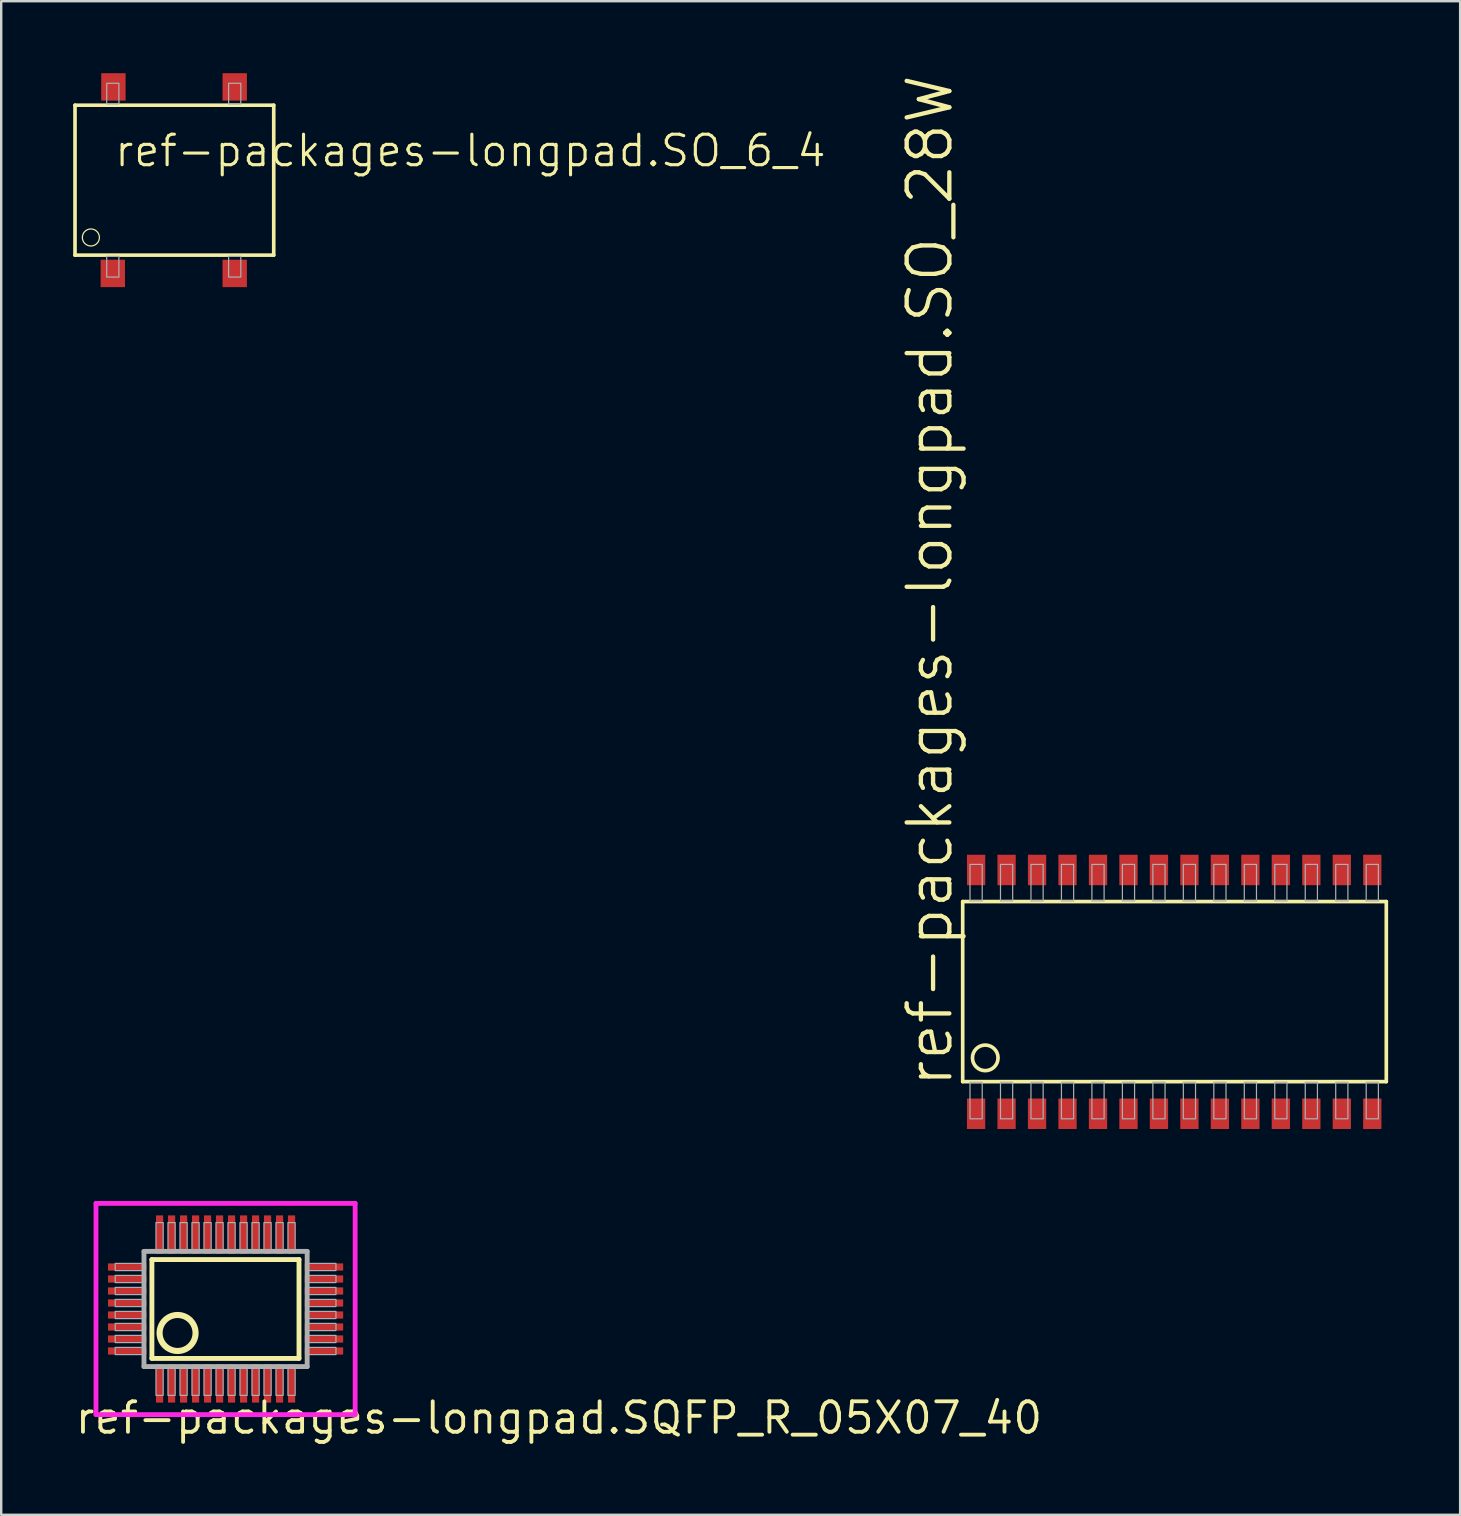
<source format=kicad_pcb>
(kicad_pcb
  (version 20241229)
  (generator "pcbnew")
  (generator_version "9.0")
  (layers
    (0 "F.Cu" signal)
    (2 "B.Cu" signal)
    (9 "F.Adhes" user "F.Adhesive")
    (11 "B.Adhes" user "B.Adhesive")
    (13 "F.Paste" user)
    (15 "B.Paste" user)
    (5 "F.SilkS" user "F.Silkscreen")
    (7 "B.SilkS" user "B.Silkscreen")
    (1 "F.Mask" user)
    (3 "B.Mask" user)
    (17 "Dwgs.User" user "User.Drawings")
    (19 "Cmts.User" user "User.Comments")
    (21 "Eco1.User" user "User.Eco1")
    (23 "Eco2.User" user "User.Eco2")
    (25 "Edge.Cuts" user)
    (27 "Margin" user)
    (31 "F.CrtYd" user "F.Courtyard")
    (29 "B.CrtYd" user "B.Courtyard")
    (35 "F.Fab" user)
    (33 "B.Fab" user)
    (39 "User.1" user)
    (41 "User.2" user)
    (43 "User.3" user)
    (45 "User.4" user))
  (footprint "ref-packages-longpad.SO_28W"
    (layer "F.Cu")
    (at 45.882 38.284)
    (property "Reference" "ref-packages-longpad.SO_28W" (at -9.144 4.064 90) (layer "F.SilkS") (effects (font (size 1.778 1.778) (thickness 0.18)) (justify left bottom)))
    (attr smd)
    (fp_line (start -8.814 -3.763) (end -8.814 3.74) (stroke (width 0.152) (type default)) (layer "F.SilkS"))
    (fp_line (start -8.814 3.74) (end 8.839 3.74) (stroke (width 0.152) (type default)) (layer "F.SilkS"))
    (fp_line (start 8.839 -3.763) (end -8.814 -3.763) (stroke (width 0.152) (type default)) (layer "F.SilkS"))
    (fp_line (start 8.839 3.74) (end 8.839 -3.763) (stroke (width 0.152) (type default)) (layer "F.SilkS"))
    (fp_circle (center -7.874 2.75) (end -7.341 2.75) (stroke (width 0.152) (type default)) (fill no) (layer "F.SilkS"))
    (fp_rect (start -8.509 -3.789) (end -8.001 -5.313) (stroke (width 0.05) (type default)) (fill no) (layer "F.Fab"))
    (fp_rect (start -8.509 5.29) (end -8.001 3.766) (stroke (width 0.05) (type default)) (fill no) (layer "F.Fab"))
    (fp_rect (start -7.239 -3.789) (end -6.731 -5.313) (stroke (width 0.05) (type default)) (fill no) (layer "F.Fab"))
    (fp_rect (start -7.239 5.29) (end -6.731 3.766) (stroke (width 0.05) (type default)) (fill no) (layer "F.Fab"))
    (fp_rect (start -5.969 -3.789) (end -5.461 -5.313) (stroke (width 0.05) (type default)) (fill no) (layer "F.Fab"))
    (fp_rect (start -5.969 5.29) (end -5.461 3.766) (stroke (width 0.05) (type default)) (fill no) (layer "F.Fab"))
    (fp_rect (start -4.699 -3.789) (end -4.191 -5.313) (stroke (width 0.05) (type default)) (fill no) (layer "F.Fab"))
    (fp_rect (start -4.699 5.29) (end -4.191 3.766) (stroke (width 0.05) (type default)) (fill no) (layer "F.Fab"))
    (fp_rect (start -3.429 -3.789) (end -2.921 -5.313) (stroke (width 0.05) (type default)) (fill no) (layer "F.Fab"))
    (fp_rect (start -3.429 5.29) (end -2.921 3.766) (stroke (width 0.05) (type default)) (fill no) (layer "F.Fab"))
    (fp_rect (start -2.159 -3.789) (end -1.651 -5.313) (stroke (width 0.05) (type default)) (fill no) (layer "F.Fab"))
    (fp_rect (start -2.159 5.29) (end -1.651 3.766) (stroke (width 0.05) (type default)) (fill no) (layer "F.Fab"))
    (fp_rect (start -0.889 -3.789) (end -0.381 -5.313) (stroke (width 0.05) (type default)) (fill no) (layer "F.Fab"))
    (fp_rect (start -0.889 5.29) (end -0.381 3.766) (stroke (width 0.05) (type default)) (fill no) (layer "F.Fab"))
    (fp_rect (start 0.381 -3.789) (end 0.889 -5.313) (stroke (width 0.05) (type default)) (fill no) (layer "F.Fab"))
    (fp_rect (start 0.381 5.29) (end 0.889 3.766) (stroke (width 0.05) (type default)) (fill no) (layer "F.Fab"))
    (fp_rect (start 1.651 -3.789) (end 2.159 -5.313) (stroke (width 0.05) (type default)) (fill no) (layer "F.Fab"))
    (fp_rect (start 1.651 5.29) (end 2.159 3.766) (stroke (width 0.05) (type default)) (fill no) (layer "F.Fab"))
    (fp_rect (start 2.921 -3.789) (end 3.429 -5.313) (stroke (width 0.05) (type default)) (fill no) (layer "F.Fab"))
    (fp_rect (start 2.921 5.29) (end 3.429 3.766) (stroke (width 0.05) (type default)) (fill no) (layer "F.Fab"))
    (fp_rect (start 4.191 -3.789) (end 4.699 -5.313) (stroke (width 0.05) (type default)) (fill no) (layer "F.Fab"))
    (fp_rect (start 4.191 5.29) (end 4.699 3.766) (stroke (width 0.05) (type default)) (fill no) (layer "F.Fab"))
    (fp_rect (start 5.461 -3.789) (end 5.969 -5.313) (stroke (width 0.05) (type default)) (fill no) (layer "F.Fab"))
    (fp_rect (start 5.461 5.29) (end 5.969 3.766) (stroke (width 0.05) (type default)) (fill no) (layer "F.Fab"))
    (fp_rect (start 6.731 -3.789) (end 7.239 -5.313) (stroke (width 0.05) (type default)) (fill no) (layer "F.Fab"))
    (fp_rect (start 6.731 5.29) (end 7.239 3.766) (stroke (width 0.05) (type default)) (fill no) (layer "F.Fab"))
    (fp_rect (start 8.001 -3.789) (end 8.509 -5.313) (stroke (width 0.05) (type default)) (fill no) (layer "F.Fab"))
    (fp_rect (start 8.001 5.29) (end 8.509 3.766) (stroke (width 0.05) (type default)) (fill no) (layer "F.Fab"))
    (pad "1" smd roundrect (at -8.255 5.08) (size 0.762 1.27) (layers "F.Cu" "F.Mask" "F.Paste") (roundrect_rratio 0.01))
    (pad "2" smd roundrect (at -6.985 5.08) (size 0.762 1.27) (layers "F.Cu" "F.Mask" "F.Paste") (roundrect_rratio 0.01))
    (pad "3" smd roundrect (at -5.715 5.08) (size 0.762 1.27) (layers "F.Cu" "F.Mask" "F.Paste") (roundrect_rratio 0.01))
    (pad "4" smd roundrect (at -4.445 5.08) (size 0.762 1.27) (layers "F.Cu" "F.Mask" "F.Paste") (roundrect_rratio 0.01))
    (pad "5" smd roundrect (at -3.175 5.08) (size 0.762 1.27) (layers "F.Cu" "F.Mask" "F.Paste") (roundrect_rratio 0.01))
    (pad "6" smd roundrect (at -1.905 5.08) (size 0.762 1.27) (layers "F.Cu" "F.Mask" "F.Paste") (roundrect_rratio 0.01))
    (pad "7" smd roundrect (at -0.635 5.08) (size 0.762 1.27) (layers "F.Cu" "F.Mask" "F.Paste") (roundrect_rratio 0.01))
    (pad "8" smd roundrect (at 0.635 5.08) (size 0.762 1.27) (layers "F.Cu" "F.Mask" "F.Paste") (roundrect_rratio 0.01))
    (pad "9" smd roundrect (at 1.905 5.08) (size 0.762 1.27) (layers "F.Cu" "F.Mask" "F.Paste") (roundrect_rratio 0.01))
    (pad "10" smd roundrect (at 3.175 5.08) (size 0.762 1.27) (layers "F.Cu" "F.Mask" "F.Paste") (roundrect_rratio 0.01))
    (pad "11" smd roundrect (at 4.445 5.08) (size 0.762 1.27) (layers "F.Cu" "F.Mask" "F.Paste") (roundrect_rratio 0.01))
    (pad "12" smd roundrect (at 5.715 5.08) (size 0.762 1.27) (layers "F.Cu" "F.Mask" "F.Paste") (roundrect_rratio 0.01))
    (pad "13" smd roundrect (at 6.985 5.08) (size 0.762 1.27) (layers "F.Cu" "F.Mask" "F.Paste") (roundrect_rratio 0.01))
    (pad "14" smd roundrect (at 8.255 5.08) (size 0.762 1.27) (layers "F.Cu" "F.Mask" "F.Paste") (roundrect_rratio 0.01))
    (pad "15" smd roundrect (at 8.255 -5.08) (size 0.762 1.27) (layers "F.Cu" "F.Mask" "F.Paste") (roundrect_rratio 0.01))
    (pad "16" smd roundrect (at 6.985 -5.08) (size 0.762 1.27) (layers "F.Cu" "F.Mask" "F.Paste") (roundrect_rratio 0.01))
    (pad "17" smd roundrect (at 5.715 -5.08) (size 0.762 1.27) (layers "F.Cu" "F.Mask" "F.Paste") (roundrect_rratio 0.01))
    (pad "18" smd roundrect (at 4.445 -5.08) (size 0.762 1.27) (layers "F.Cu" "F.Mask" "F.Paste") (roundrect_rratio 0.01))
    (pad "19" smd roundrect (at 3.175 -5.08) (size 0.762 1.27) (layers "F.Cu" "F.Mask" "F.Paste") (roundrect_rratio 0.01))
    (pad "20" smd roundrect (at 1.905 -5.08) (size 0.762 1.27) (layers "F.Cu" "F.Mask" "F.Paste") (roundrect_rratio 0.01))
    (pad "21" smd roundrect (at 0.635 -5.08) (size 0.762 1.27) (layers "F.Cu" "F.Mask" "F.Paste") (roundrect_rratio 0.01))
    (pad "22" smd roundrect (at -0.635 -5.08) (size 0.762 1.27) (layers "F.Cu" "F.Mask" "F.Paste") (roundrect_rratio 0.01))
    (pad "23" smd roundrect (at -1.905 -5.08) (size 0.762 1.27) (layers "F.Cu" "F.Mask" "F.Paste") (roundrect_rratio 0.01))
    (pad "24" smd roundrect (at -3.175 -5.08) (size 0.762 1.27) (layers "F.Cu" "F.Mask" "F.Paste") (roundrect_rratio 0.01))
    (pad "25" smd roundrect (at -4.445 -5.08) (size 0.762 1.27) (layers "F.Cu" "F.Mask" "F.Paste") (roundrect_rratio 0.01))
    (pad "26" smd roundrect (at -5.715 -5.08) (size 0.762 1.27) (layers "F.Cu" "F.Mask" "F.Paste") (roundrect_rratio 0.01))
    (pad "27" smd roundrect (at -6.985 -5.08) (size 0.762 1.27) (layers "F.Cu" "F.Mask" "F.Paste") (roundrect_rratio 0.01))
    (pad "28" smd roundrect (at -8.255 -5.08) (size 0.762 1.27) (layers "F.Cu" "F.Mask" "F.Paste") (roundrect_rratio 0.01)))
  (footprint "ref-packages-longpad.SO_6_4"
    (layer "F.Cu")
    (at 4.191 4.458)
    (property "Reference" "ref-packages-longpad.SO_6_4" (at -2.54 -0.483 0) (layer "F.SilkS") (effects (font (size 1.27 1.27) (thickness 0.13)) (justify left bottom)))
    (attr smd)
    (fp_line (start -4.115 -3.124) (end -4.115 3.124) (stroke (width 0.152) (type default)) (layer "F.SilkS"))
    (fp_line (start -4.115 3.124) (end 4.166 3.124) (stroke (width 0.152) (type default)) (layer "F.SilkS"))
    (fp_line (start 4.166 -3.124) (end -4.115 -3.124) (stroke (width 0.152) (type default)) (layer "F.SilkS"))
    (fp_line (start 4.166 3.124) (end 4.166 -3.124) (stroke (width 0.152) (type default)) (layer "F.SilkS"))
    (fp_circle (center -3.454 2.388) (end -3.099 2.388) (stroke (width 0.051) (type default)) (fill no) (layer "F.SilkS"))
    (fp_rect (start -2.794 -3.175) (end -2.286 -4.039) (stroke (width 0.05) (type default)) (fill no) (layer "F.Fab"))
    (fp_rect (start -2.794 4.039) (end -2.286 3.175) (stroke (width 0.05) (type default)) (fill no) (layer "F.Fab"))
    (fp_rect (start 2.286 -3.175) (end 2.794 -4.039) (stroke (width 0.05) (type default)) (fill no) (layer "F.Fab"))
    (fp_rect (start 2.286 4.039) (end 2.794 3.175) (stroke (width 0.05) (type default)) (fill no) (layer "F.Fab"))
    (pad "1" smd roundrect (at -2.54 3.886) (size 1.016 1.143) (layers "F.Cu" "F.Mask" "F.Paste") (roundrect_rratio 0.01))
    (pad "2" smd roundrect (at 2.54 3.886) (size 1.016 1.143) (layers "F.Cu" "F.Mask" "F.Paste") (roundrect_rratio 0.01))
    (pad "3" smd roundrect (at 2.54 -3.886) (size 1.016 1.143) (layers "F.Cu" "F.Mask" "F.Paste") (roundrect_rratio 0.01))
    (pad "4" smd roundrect (at -2.515 -3.886) (size 1.016 1.143) (layers "F.Cu" "F.Mask" "F.Paste") (roundrect_rratio 0.01)))
  (footprint "ref-packages-longpad.SQFP_R_05X07_40"
    (layer "F.Cu")
    (at 6.35 51.499)
    (property "Reference" "ref-packages-longpad.SQFP_R_05X07_40" (at -6.35 5.28 0) (layer "F.SilkS") (effects (font (size 1.27 1.27) (thickness 0.16)) (justify left bottom)))
    (attr smd)
    (fp_line (start -3.07 -2.06) (end 3.06 -2.06) (stroke (width 0.203) (type default)) (layer "F.SilkS"))
    (fp_line (start -3.07 2.06) (end -3.07 -2.06) (stroke (width 0.203) (type default)) (layer "F.SilkS"))
    (fp_line (start 3.06 -2.06) (end 3.06 2.06) (stroke (width 0.203) (type default)) (layer "F.SilkS"))
    (fp_line (start 3.06 2.06) (end -3.07 2.06) (stroke (width 0.203) (type default)) (layer "F.SilkS"))
    (fp_circle (center -2 1) (end -1.25 1) (stroke (width 0.254) (type default)) (fill no) (layer "F.SilkS"))
    (fp_line (start -5.4 -4.4) (end 5.4 -4.4) (stroke (width 0.2) (type default)) (layer "F.CrtYd"))
    (fp_line (start -5.4 4.4) (end -5.4 -4.4) (stroke (width 0.2) (type default)) (layer "F.CrtYd"))
    (fp_line (start 5.4 -4.4) (end 5.4 4.4) (stroke (width 0.2) (type default)) (layer "F.CrtYd"))
    (fp_line (start 5.4 4.4) (end -5.4 4.4) (stroke (width 0.2) (type default)) (layer "F.CrtYd"))
    (fp_line (start -3.4 -2.4) (end -3.4 2.4) (stroke (width 0.203) (type default)) (layer "F.Fab"))
    (fp_line (start -3.4 2.4) (end 3.4 2.4) (stroke (width 0.203) (type default)) (layer "F.Fab"))
    (fp_line (start 3.4 -2.4) (end -3.4 -2.4) (stroke (width 0.203) (type default)) (layer "F.Fab"))
    (fp_line (start 3.4 2.4) (end 3.4 -2.4) (stroke (width 0.203) (type default)) (layer "F.Fab"))
    (fp_rect (start -4.6 -1.6) (end -3.4 -1.9) (stroke (width 0.05) (type default)) (fill no) (layer "F.Fab"))
    (fp_rect (start -4.6 -1.1) (end -3.4 -1.4) (stroke (width 0.05) (type default)) (fill no) (layer "F.Fab"))
    (fp_rect (start -4.6 -0.6) (end -3.4 -0.9) (stroke (width 0.05) (type default)) (fill no) (layer "F.Fab"))
    (fp_rect (start -4.6 -0.1) (end -3.4 -0.4) (stroke (width 0.05) (type default)) (fill no) (layer "F.Fab"))
    (fp_rect (start -4.6 0.4) (end -3.4 0.1) (stroke (width 0.05) (type default)) (fill no) (layer "F.Fab"))
    (fp_rect (start -4.6 0.9) (end -3.4 0.6) (stroke (width 0.05) (type default)) (fill no) (layer "F.Fab"))
    (fp_rect (start -4.6 1.4) (end -3.4 1.1) (stroke (width 0.05) (type default)) (fill no) (layer "F.Fab"))
    (fp_rect (start -4.6 1.9) (end -3.4 1.6) (stroke (width 0.05) (type default)) (fill no) (layer "F.Fab"))
    (fp_rect (start -2.9 -2.45) (end -2.6 -3.6) (stroke (width 0.05) (type default)) (fill no) (layer "F.Fab"))
    (fp_rect (start -2.9 3.6) (end -2.6 2.45) (stroke (width 0.05) (type default)) (fill no) (layer "F.Fab"))
    (fp_rect (start -2.4 -2.45) (end -2.1 -3.6) (stroke (width 0.05) (type default)) (fill no) (layer "F.Fab"))
    (fp_rect (start -2.4 3.6) (end -2.1 2.45) (stroke (width 0.05) (type default)) (fill no) (layer "F.Fab"))
    (fp_rect (start -1.9 -2.45) (end -1.6 -3.6) (stroke (width 0.05) (type default)) (fill no) (layer "F.Fab"))
    (fp_rect (start -1.9 3.6) (end -1.6 2.45) (stroke (width 0.05) (type default)) (fill no) (layer "F.Fab"))
    (fp_rect (start -1.4 -2.45) (end -1.1 -3.6) (stroke (width 0.05) (type default)) (fill no) (layer "F.Fab"))
    (fp_rect (start -1.4 3.6) (end -1.1 2.45) (stroke (width 0.05) (type default)) (fill no) (layer "F.Fab"))
    (fp_rect (start -0.9 -2.45) (end -0.6 -3.6) (stroke (width 0.05) (type default)) (fill no) (layer "F.Fab"))
    (fp_rect (start -0.9 3.6) (end -0.6 2.45) (stroke (width 0.05) (type default)) (fill no) (layer "F.Fab"))
    (fp_rect (start -0.4 -2.45) (end -0.1 -3.6) (stroke (width 0.05) (type default)) (fill no) (layer "F.Fab"))
    (fp_rect (start -0.4 3.6) (end -0.1 2.45) (stroke (width 0.05) (type default)) (fill no) (layer "F.Fab"))
    (fp_rect (start 0.1 -2.45) (end 0.4 -3.6) (stroke (width 0.05) (type default)) (fill no) (layer "F.Fab"))
    (fp_rect (start 0.1 3.6) (end 0.4 2.45) (stroke (width 0.05) (type default)) (fill no) (layer "F.Fab"))
    (fp_rect (start 0.6 -2.45) (end 0.9 -3.6) (stroke (width 0.05) (type default)) (fill no) (layer "F.Fab"))
    (fp_rect (start 0.6 3.6) (end 0.9 2.45) (stroke (width 0.05) (type default)) (fill no) (layer "F.Fab"))
    (fp_rect (start 1.1 -2.45) (end 1.4 -3.6) (stroke (width 0.05) (type default)) (fill no) (layer "F.Fab"))
    (fp_rect (start 1.1 3.6) (end 1.4 2.45) (stroke (width 0.05) (type default)) (fill no) (layer "F.Fab"))
    (fp_rect (start 1.6 -2.45) (end 1.9 -3.6) (stroke (width 0.05) (type default)) (fill no) (layer "F.Fab"))
    (fp_rect (start 1.6 3.6) (end 1.9 2.45) (stroke (width 0.05) (type default)) (fill no) (layer "F.Fab"))
    (fp_rect (start 2.1 -2.45) (end 2.4 -3.6) (stroke (width 0.05) (type default)) (fill no) (layer "F.Fab"))
    (fp_rect (start 2.1 3.6) (end 2.4 2.45) (stroke (width 0.05) (type default)) (fill no) (layer "F.Fab"))
    (fp_rect (start 2.6 -2.45) (end 2.9 -3.6) (stroke (width 0.05) (type default)) (fill no) (layer "F.Fab"))
    (fp_rect (start 2.6 3.6) (end 2.9 2.45) (stroke (width 0.05) (type default)) (fill no) (layer "F.Fab"))
    (fp_rect (start 3.4 -1.6) (end 4.6 -1.9) (stroke (width 0.05) (type default)) (fill no) (layer "F.Fab"))
    (fp_rect (start 3.4 -1.1) (end 4.6 -1.4) (stroke (width 0.05) (type default)) (fill no) (layer "F.Fab"))
    (fp_rect (start 3.4 -0.6) (end 4.6 -0.9) (stroke (width 0.05) (type default)) (fill no) (layer "F.Fab"))
    (fp_rect (start 3.4 -0.1) (end 4.6 -0.4) (stroke (width 0.05) (type default)) (fill no) (layer "F.Fab"))
    (fp_rect (start 3.4 0.4) (end 4.6 0.1) (stroke (width 0.05) (type default)) (fill no) (layer "F.Fab"))
    (fp_rect (start 3.4 0.9) (end 4.6 0.6) (stroke (width 0.05) (type default)) (fill no) (layer "F.Fab"))
    (fp_rect (start 3.4 1.4) (end 4.6 1.1) (stroke (width 0.05) (type default)) (fill no) (layer "F.Fab"))
    (fp_rect (start 3.4 1.9) (end 4.6 1.6) (stroke (width 0.05) (type default)) (fill no) (layer "F.Fab"))
    (pad "1" smd roundrect (at -2.75 3.1) (size 0.3 1.6) (layers "F.Cu" "F.Mask" "F.Paste") (roundrect_rratio 0.01))
    (pad "2" smd roundrect (at -2.25 3.1) (size 0.3 1.6) (layers "F.Cu" "F.Mask" "F.Paste") (roundrect_rratio 0.01))
    (pad "3" smd roundrect (at -1.75 3.1) (size 0.3 1.6) (layers "F.Cu" "F.Mask" "F.Paste") (roundrect_rratio 0.01))
    (pad "4" smd roundrect (at -1.25 3.1) (size 0.3 1.6) (layers "F.Cu" "F.Mask" "F.Paste") (roundrect_rratio 0.01))
    (pad "5" smd roundrect (at -0.75 3.1) (size 0.3 1.6) (layers "F.Cu" "F.Mask" "F.Paste") (roundrect_rratio 0.01))
    (pad "6" smd roundrect (at -0.25 3.1) (size 0.3 1.6) (layers "F.Cu" "F.Mask" "F.Paste") (roundrect_rratio 0.01))
    (pad "7" smd roundrect (at 0.25 3.1) (size 0.3 1.6) (layers "F.Cu" "F.Mask" "F.Paste") (roundrect_rratio 0.01))
    (pad "8" smd roundrect (at 0.75 3.1) (size 0.3 1.6) (layers "F.Cu" "F.Mask" "F.Paste") (roundrect_rratio 0.01))
    (pad "9" smd roundrect (at 1.25 3.1) (size 0.3 1.6) (layers "F.Cu" "F.Mask" "F.Paste") (roundrect_rratio 0.01))
    (pad "10" smd roundrect (at 1.75 3.1) (size 0.3 1.6) (layers "F.Cu" "F.Mask" "F.Paste") (roundrect_rratio 0.01))
    (pad "11" smd roundrect (at 2.25 3.1) (size 0.3 1.6) (layers "F.Cu" "F.Mask" "F.Paste") (roundrect_rratio 0.01))
    (pad "12" smd roundrect (at 2.75 3.1) (size 0.3 1.6) (layers "F.Cu" "F.Mask" "F.Paste") (roundrect_rratio 0.01))
    (pad "13" smd roundrect (at 4.1 1.75) (size 1.6 0.3) (layers "F.Cu" "F.Mask" "F.Paste") (roundrect_rratio 0.01))
    (pad "14" smd roundrect (at 4.1 1.25) (size 1.6 0.3) (layers "F.Cu" "F.Mask" "F.Paste") (roundrect_rratio 0.01))
    (pad "15" smd roundrect (at 4.1 0.75) (size 1.6 0.3) (layers "F.Cu" "F.Mask" "F.Paste") (roundrect_rratio 0.01))
    (pad "16" smd roundrect (at 4.1 0.25) (size 1.6 0.3) (layers "F.Cu" "F.Mask" "F.Paste") (roundrect_rratio 0.01))
    (pad "17" smd roundrect (at 4.1 -0.25) (size 1.6 0.3) (layers "F.Cu" "F.Mask" "F.Paste") (roundrect_rratio 0.01))
    (pad "18" smd roundrect (at 4.1 -0.75) (size 1.6 0.3) (layers "F.Cu" "F.Mask" "F.Paste") (roundrect_rratio 0.01))
    (pad "19" smd roundrect (at 4.1 -1.25) (size 1.6 0.3) (layers "F.Cu" "F.Mask" "F.Paste") (roundrect_rratio 0.01))
    (pad "20" smd roundrect (at 4.1 -1.75) (size 1.6 0.3) (layers "F.Cu" "F.Mask" "F.Paste") (roundrect_rratio 0.01))
    (pad "21" smd roundrect (at 2.75 -3.1) (size 0.3 1.6) (layers "F.Cu" "F.Mask" "F.Paste") (roundrect_rratio 0.01))
    (pad "22" smd roundrect (at 2.25 -3.1) (size 0.3 1.6) (layers "F.Cu" "F.Mask" "F.Paste") (roundrect_rratio 0.01))
    (pad "23" smd roundrect (at 1.75 -3.1) (size 0.3 1.6) (layers "F.Cu" "F.Mask" "F.Paste") (roundrect_rratio 0.01))
    (pad "24" smd roundrect (at 1.25 -3.1) (size 0.3 1.6) (layers "F.Cu" "F.Mask" "F.Paste") (roundrect_rratio 0.01))
    (pad "25" smd roundrect (at 0.75 -3.1) (size 0.3 1.6) (layers "F.Cu" "F.Mask" "F.Paste") (roundrect_rratio 0.01))
    (pad "26" smd roundrect (at 0.25 -3.1) (size 0.3 1.6) (layers "F.Cu" "F.Mask" "F.Paste") (roundrect_rratio 0.01))
    (pad "27" smd roundrect (at -0.25 -3.1) (size 0.3 1.6) (layers "F.Cu" "F.Mask" "F.Paste") (roundrect_rratio 0.01))
    (pad "28" smd roundrect (at -0.75 -3.1) (size 0.3 1.6) (layers "F.Cu" "F.Mask" "F.Paste") (roundrect_rratio 0.01))
    (pad "29" smd roundrect (at -1.25 -3.1) (size 0.3 1.6) (layers "F.Cu" "F.Mask" "F.Paste") (roundrect_rratio 0.01))
    (pad "30" smd roundrect (at -1.75 -3.1) (size 0.3 1.6) (layers "F.Cu" "F.Mask" "F.Paste") (roundrect_rratio 0.01))
    (pad "31" smd roundrect (at -2.25 -3.1) (size 0.3 1.6) (layers "F.Cu" "F.Mask" "F.Paste") (roundrect_rratio 0.01))
    (pad "32" smd roundrect (at -2.75 -3.1) (size 0.3 1.6) (layers "F.Cu" "F.Mask" "F.Paste") (roundrect_rratio 0.01))
    (pad "33" smd roundrect (at -4.1 -1.75) (size 1.6 0.3) (layers "F.Cu" "F.Mask" "F.Paste") (roundrect_rratio 0.01))
    (pad "34" smd roundrect (at -4.1 -1.25) (size 1.6 0.3) (layers "F.Cu" "F.Mask" "F.Paste") (roundrect_rratio 0.01))
    (pad "35" smd roundrect (at -4.1 -0.75) (size 1.6 0.3) (layers "F.Cu" "F.Mask" "F.Paste") (roundrect_rratio 0.01))
    (pad "36" smd roundrect (at -4.1 -0.25) (size 1.6 0.3) (layers "F.Cu" "F.Mask" "F.Paste") (roundrect_rratio 0.01))
    (pad "37" smd roundrect (at -4.1 0.25) (size 1.6 0.3) (layers "F.Cu" "F.Mask" "F.Paste") (roundrect_rratio 0.01))
    (pad "38" smd roundrect (at -4.1 0.75) (size 1.6 0.3) (layers "F.Cu" "F.Mask" "F.Paste") (roundrect_rratio 0.01))
    (pad "39" smd roundrect (at -4.1 1.25) (size 1.6 0.3) (layers "F.Cu" "F.Mask" "F.Paste") (roundrect_rratio 0.01))
    (pad "40" smd roundrect (at -4.1 1.75) (size 1.6 0.3) (layers "F.Cu" "F.Mask" "F.Paste") (roundrect_rratio 0.01)))
  (gr_rect
    (start -3 -3)
    (end 57.798 60.077)
    (stroke (width 0.1) (type default))
    (fill no)
    (layer "Edge.Cuts")))
</source>
